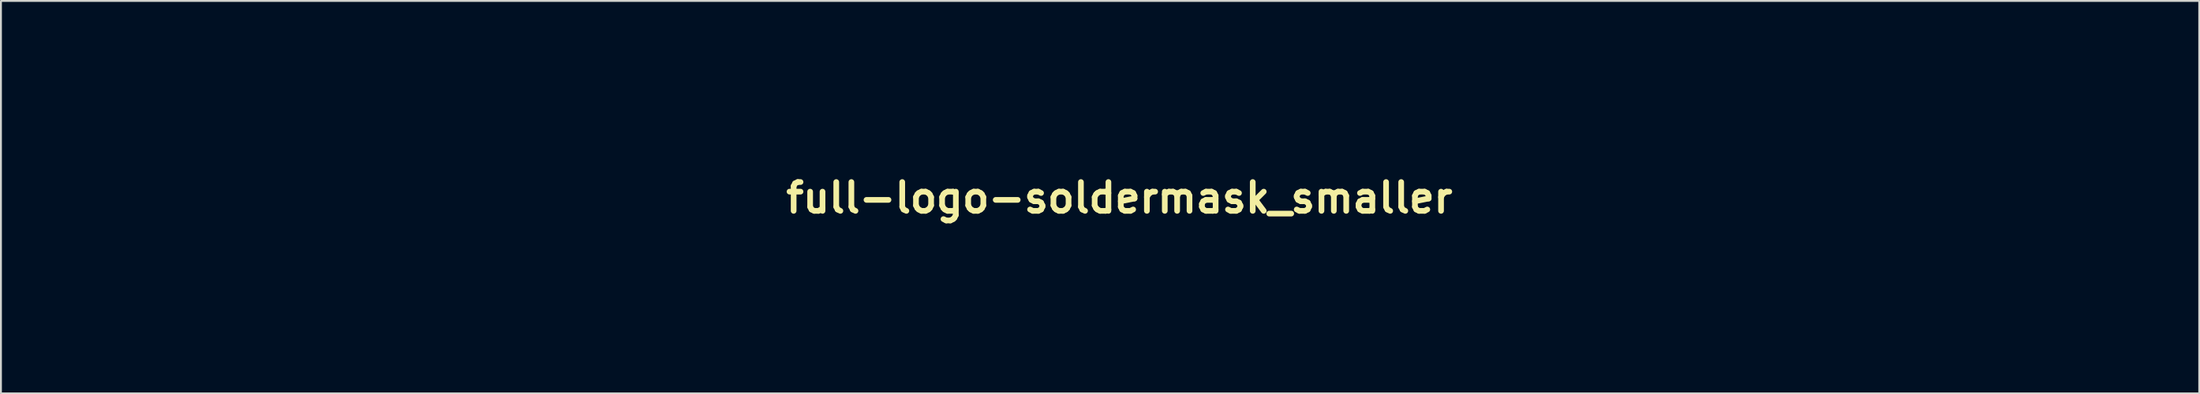
<source format=kicad_pcb>
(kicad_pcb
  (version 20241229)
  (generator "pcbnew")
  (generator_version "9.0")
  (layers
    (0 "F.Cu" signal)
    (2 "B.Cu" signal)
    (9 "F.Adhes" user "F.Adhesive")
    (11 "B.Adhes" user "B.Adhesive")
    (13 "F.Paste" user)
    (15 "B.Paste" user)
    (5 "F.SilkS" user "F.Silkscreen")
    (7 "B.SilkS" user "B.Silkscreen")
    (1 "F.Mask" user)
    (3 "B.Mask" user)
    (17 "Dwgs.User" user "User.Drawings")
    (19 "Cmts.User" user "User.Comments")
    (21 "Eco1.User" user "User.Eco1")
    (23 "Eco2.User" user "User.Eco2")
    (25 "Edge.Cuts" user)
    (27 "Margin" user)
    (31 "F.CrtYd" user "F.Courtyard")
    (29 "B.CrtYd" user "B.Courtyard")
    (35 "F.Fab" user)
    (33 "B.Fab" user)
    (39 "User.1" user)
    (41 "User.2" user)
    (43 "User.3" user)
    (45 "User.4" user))
  (footprint "full-logo-soldermask_smaller"
    (layer "F.Cu")
    (at 56.052 7.409)
    (property "Reference" "full-logo-soldermask_smaller" (at 0 0 0) (layer "F.SilkS") (effects (font (size 1.524 1.524) (thickness 0.3))))
    (attr through_hole)
    (fp_poly (pts (xy 23.463 6.223) (xy 22.035 6.223) (xy 22.035 0.254) (xy 23.463 0.254) (xy 23.463 6.223)) (stroke (width 0.01) (type solid)) (fill yes) (layer "F.Mask"))
    (fp_poly (pts (xy 23.463 -0.381) (xy 22.033 -0.381) (xy 22.042 -1.056) (xy 22.05 -1.73) (xy 22.757 -1.739) (xy 23.463 -1.747) (xy 23.463 -0.381)) (stroke (width 0.01) (type solid)) (fill yes) (layer "F.Mask"))
    (fp_poly (pts (xy 26.035 6.223) (xy 24.606 6.223) (xy 24.614 2.246) (xy 24.622 -1.73) (xy 25.329 -1.739) (xy 26.035 -1.747) (xy 26.035 6.223)) (stroke (width 0.01) (type solid)) (fill yes) (layer "F.Mask"))
    (fp_poly (pts (xy -19.296 3.104) (xy -19.288 3.182) (xy -19.286 3.227) (xy -19.287 3.23) (xy -19.319 3.24) (xy -19.393 3.257) (xy -19.449 3.269) (xy -19.568 3.293) (xy -19.712 3.323) (xy -19.812 3.345) (xy -20.106 3.409) (xy -20.346 3.462) (xy -20.539 3.505) (xy -20.692 3.539) (xy -20.814 3.566) (xy -20.911 3.589) (xy -20.977 3.604) (xy -21.113 3.635) (xy -21.199 3.648) (xy -21.249 3.642) (xy -21.275 3.619) (xy -21.284 3.596) (xy -21.306 3.504) (xy -21.329 3.381) (xy -21.35 3.249) (xy -21.364 3.136) (xy -21.368 3.074) (xy -21.368 2.985) (xy -19.311 2.985) (xy -19.296 3.104)) (stroke (width 0.01) (type solid)) (fill yes) (layer "F.Mask"))
    (fp_poly (pts (xy -50.628 -7.109) (xy -50.617 -7.077) (xy -50.591 -6.989) (xy -50.551 -6.854) (xy -50.501 -6.676) (xy -50.44 -6.463) (xy -50.372 -6.22) (xy -50.297 -5.954) (xy -50.253 -5.795) (xy -49.89 -4.495) (xy -50.147 -4.411) (xy -50.29 -4.361) (xy -50.431 -4.309) (xy -50.544 -4.264) (xy -50.557 -4.259) (xy -50.644 -4.221) (xy -50.705 -4.196) (xy -50.72 -4.191) (xy -50.737 -4.218) (xy -50.78 -4.296) (xy -50.846 -4.418) (xy -50.932 -4.58) (xy -51.036 -4.774) (xy -51.153 -4.996) (xy -51.282 -5.24) (xy -51.364 -5.396) (xy -51.997 -6.601) (xy -51.819 -6.685) (xy -51.664 -6.756) (xy -51.491 -6.828) (xy -51.31 -6.9) (xy -51.131 -6.966) (xy -50.965 -7.025) (xy -50.822 -7.071) (xy -50.711 -7.101) (xy -50.643 -7.112) (xy -50.628 -7.109)) (stroke (width 0.01) (type solid)) (fill yes) (layer "F.Mask"))
    (fp_poly (pts (xy -19.246 3.483) (xy -19.208 3.508) (xy -19.177 3.557) (xy -19.143 3.628) (xy -19.142 3.63) (xy -19.059 3.802) (xy -19.84 4.34) (xy -20.038 4.477) (xy -20.22 4.602) (xy -20.38 4.711) (xy -20.509 4.799) (xy -20.602 4.863) (xy -20.652 4.896) (xy -20.657 4.899) (xy -20.692 4.885) (xy -20.75 4.823) (xy -20.823 4.722) (xy -20.833 4.706) (xy -20.998 4.432) (xy -21.121 4.175) (xy -21.141 4.124) (xy -21.153 4.086) (xy -21.148 4.058) (xy -21.116 4.033) (xy -21.047 4.006) (xy -20.93 3.97) (xy -20.881 3.956) (xy -20.744 3.915) (xy -20.623 3.878) (xy -20.535 3.85) (xy -20.511 3.842) (xy -20.442 3.82) (xy -20.334 3.787) (xy -20.209 3.749) (xy -20.193 3.745) (xy -20.044 3.7) (xy -19.869 3.646) (xy -19.702 3.594) (xy -19.681 3.587) (xy -19.508 3.532) (xy -19.385 3.495) (xy -19.301 3.479) (xy -19.246 3.483)) (stroke (width 0.01) (type solid)) (fill yes) (layer "F.Mask"))
    (fp_poly (pts (xy -18.795 4.061) (xy -18.693 4.126) (xy -18.59 4.179) (xy -18.554 4.192) (xy -18.483 4.221) (xy -18.457 4.259) (xy -18.461 4.33) (xy -18.463 4.345) (xy -18.482 4.456) (xy -18.509 4.612) (xy -18.542 4.795) (xy -18.577 4.986) (xy -18.612 5.169) (xy -18.622 5.223) (xy -18.647 5.356) (xy -18.678 5.523) (xy -18.709 5.697) (xy -18.722 5.771) (xy -18.752 5.925) (xy -18.777 6.026) (xy -18.801 6.079) (xy -18.827 6.094) (xy -18.878 6.084) (xy -18.971 6.057) (xy -19.09 6.018) (xy -19.129 6.005) (xy -19.545 5.832) (xy -19.931 5.612) (xy -20.256 5.368) (xy -20.368 5.274) (xy -20.288 5.198) (xy -20.204 5.119) (xy -20.089 5.012) (xy -19.953 4.886) (xy -19.802 4.748) (xy -19.644 4.603) (xy -19.488 4.461) (xy -19.342 4.328) (xy -19.212 4.211) (xy -19.108 4.118) (xy -19.038 4.055) (xy -19.012 4.034) (xy -18.926 3.966) (xy -18.795 4.061)) (stroke (width 0.01) (type solid)) (fill yes) (layer "F.Mask"))
    (fp_poly (pts (xy -36.187 2.051) (xy -35.928 2.308) (xy -35.678 2.556) (xy -35.44 2.789) (xy -35.22 3.004) (xy -35.021 3.197) (xy -34.848 3.362) (xy -34.706 3.497) (xy -34.598 3.596) (xy -34.53 3.656) (xy -34.519 3.665) (xy -34.066 3.969) (xy -33.59 4.213) (xy -33.092 4.399) (xy -32.575 4.524) (xy -32.039 4.589) (xy -31.933 4.594) (xy -31.464 4.613) (xy -31.464 7.334) (xy -31.885 7.33) (xy -32.071 7.326) (xy -32.263 7.318) (xy -32.435 7.308) (xy -32.56 7.297) (xy -33.199 7.194) (xy -33.835 7.03) (xy -34.46 6.808) (xy -35.066 6.531) (xy -35.647 6.202) (xy -35.904 6.034) (xy -36.026 5.948) (xy -36.151 5.855) (xy -36.28 5.752) (xy -36.42 5.635) (xy -36.574 5.5) (xy -36.745 5.344) (xy -36.937 5.162) (xy -37.156 4.953) (xy -37.404 4.71) (xy -37.685 4.432) (xy -38.005 4.114) (xy -38.235 3.884) (xy -39.592 2.524) (xy -38.624 1.556) (xy -37.656 0.588) (xy -36.187 2.051)) (stroke (width 0.01) (type solid)) (fill yes) (layer "F.Mask"))
    (fp_poly (pts (xy -54.691 -4.238) (xy -54.622 -4.197) (xy -54.525 -4.133) (xy -54.461 -4.089) (xy -54.373 -4.028) (xy -54.241 -3.938) (xy -54.074 -3.824) (xy -53.88 -3.692) (xy -53.667 -3.548) (xy -53.445 -3.398) (xy -53.333 -3.322) (xy -52.452 -2.728) (xy -52.616 -2.467) (xy -52.758 -2.219) (xy -52.897 -1.937) (xy -53.02 -1.649) (xy -53.115 -1.381) (xy -53.118 -1.372) (xy -53.156 -1.263) (xy -53.192 -1.183) (xy -53.22 -1.147) (xy -53.224 -1.147) (xy -53.262 -1.154) (xy -53.355 -1.174) (xy -53.497 -1.204) (xy -53.681 -1.244) (xy -53.9 -1.292) (xy -54.148 -1.346) (xy -54.417 -1.406) (xy -54.546 -1.434) (xy -54.822 -1.495) (xy -55.078 -1.553) (xy -55.308 -1.604) (xy -55.505 -1.649) (xy -55.663 -1.686) (xy -55.775 -1.712) (xy -55.835 -1.728) (xy -55.843 -1.73) (xy -55.841 -1.766) (xy -55.822 -1.851) (xy -55.789 -1.973) (xy -55.745 -2.12) (xy -55.695 -2.281) (xy -55.64 -2.445) (xy -55.586 -2.601) (xy -55.575 -2.629) (xy -55.468 -2.893) (xy -55.335 -3.183) (xy -55.188 -3.477) (xy -55.037 -3.752) (xy -54.907 -3.965) (xy -54.832 -4.08) (xy -54.771 -4.173) (xy -54.731 -4.234) (xy -54.719 -4.25) (xy -54.691 -4.238)) (stroke (width 0.01) (type solid)) (fill yes) (layer "F.Mask"))
    (fp_poly (pts (xy -52.567 -6.229) (xy -52.515 -6.157) (xy -52.437 -6.045) (xy -52.338 -5.899) (xy -52.222 -5.727) (xy -52.094 -5.536) (xy -51.958 -5.331) (xy -51.818 -5.119) (xy -51.68 -4.908) (xy -51.546 -4.704) (xy -51.422 -4.514) (xy -51.312 -4.344) (xy -51.221 -4.2) (xy -51.153 -4.091) (xy -51.112 -4.022) (xy -51.102 -4.001) (xy -51.126 -3.972) (xy -51.191 -3.919) (xy -51.283 -3.853) (xy -51.3 -3.842) (xy -51.408 -3.764) (xy -51.543 -3.659) (xy -51.686 -3.542) (xy -51.783 -3.458) (xy -51.894 -3.361) (xy -51.987 -3.281) (xy -52.051 -3.228) (xy -52.077 -3.208) (xy -52.077 -3.208) (xy -52.102 -3.229) (xy -52.169 -3.288) (xy -52.273 -3.381) (xy -52.409 -3.502) (xy -52.573 -3.648) (xy -52.759 -3.815) (xy -52.962 -3.997) (xy -53.054 -4.08) (xy -53.265 -4.269) (xy -53.461 -4.447) (xy -53.638 -4.608) (xy -53.79 -4.747) (xy -53.912 -4.861) (xy -54 -4.943) (xy -54.047 -4.99) (xy -54.054 -4.998) (xy -54.061 -5.029) (xy -54.045 -5.071) (xy -54.002 -5.13) (xy -53.926 -5.209) (xy -53.814 -5.315) (xy -53.66 -5.453) (xy -53.522 -5.572) (xy -53.388 -5.685) (xy -53.24 -5.803) (xy -53.088 -5.92) (xy -52.94 -6.029) (xy -52.807 -6.124) (xy -52.697 -6.198) (xy -52.62 -6.243) (xy -52.588 -6.255) (xy -52.567 -6.229)) (stroke (width 0.01) (type solid)) (fill yes) (layer "F.Mask"))
    (fp_poly (pts (xy -48.522 -7.386) (xy -48.385 -7.375) (xy -48.217 -7.362) (xy -48.05 -7.35) (xy -48.022 -7.348) (xy -47.532 -7.292) (xy -47.019 -7.191) (xy -46.499 -7.049) (xy -45.987 -6.872) (xy -45.5 -6.665) (xy -45.212 -6.52) (xy -45.038 -6.424) (xy -44.876 -6.332) (xy -44.723 -6.238) (xy -44.574 -6.14) (xy -44.425 -6.034) (xy -44.271 -5.916) (xy -44.108 -5.782) (xy -43.931 -5.629) (xy -43.736 -5.452) (xy -43.52 -5.249) (xy -43.276 -5.016) (xy -43.001 -4.748) (xy -42.691 -4.442) (xy -42.342 -4.095) (xy -42.331 -4.084) (xy -40.8 -2.56) (xy -41.77 -1.598) (xy -41.975 -1.395) (xy -42.165 -1.207) (xy -42.335 -1.038) (xy -42.483 -0.892) (xy -42.602 -0.775) (xy -42.688 -0.691) (xy -42.736 -0.644) (xy -42.746 -0.635) (xy -42.769 -0.657) (xy -42.833 -0.72) (xy -42.934 -0.821) (xy -43.07 -0.955) (xy -43.236 -1.12) (xy -43.428 -1.311) (xy -43.643 -1.524) (xy -43.878 -1.757) (xy -44.127 -2.006) (xy -44.26 -2.137) (xy -44.582 -2.458) (xy -44.863 -2.737) (xy -45.109 -2.978) (xy -45.322 -3.184) (xy -45.507 -3.36) (xy -45.669 -3.509) (xy -45.811 -3.635) (xy -45.937 -3.74) (xy -46.052 -3.829) (xy -46.16 -3.906) (xy -46.265 -3.973) (xy -46.371 -4.035) (xy -46.483 -4.095) (xy -46.596 -4.153) (xy -46.937 -4.305) (xy -47.302 -4.433) (xy -47.676 -4.533) (xy -48.04 -4.602) (xy -48.379 -4.634) (xy -48.472 -4.636) (xy -48.736 -4.636) (xy -48.736 -7.404) (xy -48.522 -7.386)) (stroke (width 0.01) (type solid)) (fill yes) (layer "F.Mask"))
    (fp_poly (pts (xy 27.456 -4.794) (xy 27.609 -4.789) (xy 27.768 -4.777) (xy 27.892 -4.762) (xy 28.021 -4.741) (xy 28.147 -4.723) (xy 28.21 -4.715) (xy 28.296 -4.701) (xy 28.426 -4.673) (xy 28.582 -4.636) (xy 28.749 -4.593) (xy 28.907 -4.55) (xy 29.035 -4.513) (xy 29.174 -4.464) (xy 29.35 -4.393) (xy 29.547 -4.307) (xy 29.639 -4.265) (xy 29.722 -4.224) (xy 29.834 -4.165) (xy 29.961 -4.097) (xy 30.086 -4.028) (xy 30.196 -3.966) (xy 30.275 -3.919) (xy 30.305 -3.899) (xy 30.343 -3.871) (xy 30.42 -3.814) (xy 30.523 -3.738) (xy 30.607 -3.676) (xy 30.697 -3.604) (xy 30.828 -3.489) (xy 30.995 -3.336) (xy 31.196 -3.147) (xy 31.427 -2.926) (xy 31.683 -2.676) (xy 31.963 -2.401) (xy 32.033 -2.331) (xy 33.189 -1.183) (xy 32.45 -0.449) (xy 32.273 -0.273) (xy 32.11 -0.112) (xy 31.968 0.028) (xy 31.852 0.143) (xy 31.766 0.226) (xy 31.717 0.274) (xy 31.707 0.283) (xy 31.684 0.26) (xy 31.622 0.197) (xy 31.523 0.097) (xy 31.393 -0.034) (xy 31.237 -0.193) (xy 31.057 -0.374) (xy 30.86 -0.574) (xy 30.671 -0.766) (xy 30.384 -1.055) (xy 30.137 -1.302) (xy 29.923 -1.511) (xy 29.739 -1.688) (xy 29.578 -1.835) (xy 29.437 -1.957) (xy 29.31 -2.059) (xy 29.192 -2.146) (xy 29.079 -2.22) (xy 28.965 -2.287) (xy 28.888 -2.328) (xy 28.551 -2.487) (xy 28.223 -2.601) (xy 27.882 -2.676) (xy 27.505 -2.718) (xy 27.488 -2.72) (xy 27.21 -2.738) (xy 27.21 -4.794) (xy 27.456 -4.794)) (stroke (width 0.01) (type solid)) (fill yes) (layer "F.Mask"))
    (fp_poly (pts (xy 41.267 -4.794) (xy 41.42 -4.789) (xy 41.58 -4.777) (xy 41.704 -4.762) (xy 41.833 -4.741) (xy 41.958 -4.723) (xy 42.021 -4.715) (xy 42.107 -4.701) (xy 42.237 -4.673) (xy 42.394 -4.636) (xy 42.56 -4.593) (xy 42.719 -4.55) (xy 42.847 -4.513) (xy 42.985 -4.464) (xy 43.162 -4.393) (xy 43.358 -4.307) (xy 43.45 -4.265) (xy 43.533 -4.224) (xy 43.646 -4.165) (xy 43.772 -4.097) (xy 43.897 -4.028) (xy 44.007 -3.966) (xy 44.086 -3.919) (xy 44.117 -3.899) (xy 44.154 -3.871) (xy 44.231 -3.814) (xy 44.334 -3.738) (xy 44.418 -3.676) (xy 44.508 -3.604) (xy 44.639 -3.489) (xy 44.806 -3.336) (xy 45.007 -3.147) (xy 45.238 -2.926) (xy 45.495 -2.676) (xy 45.774 -2.401) (xy 45.844 -2.331) (xy 47 -1.183) (xy 46.261 -0.449) (xy 46.084 -0.273) (xy 45.921 -0.112) (xy 45.779 0.028) (xy 45.663 0.143) (xy 45.577 0.226) (xy 45.528 0.274) (xy 45.518 0.283) (xy 45.496 0.26) (xy 45.433 0.197) (xy 45.334 0.097) (xy 45.205 -0.034) (xy 45.048 -0.193) (xy 44.869 -0.374) (xy 44.671 -0.574) (xy 44.482 -0.766) (xy 44.196 -1.055) (xy 43.948 -1.302) (xy 43.735 -1.511) (xy 43.55 -1.688) (xy 43.39 -1.835) (xy 43.248 -1.957) (xy 43.121 -2.059) (xy 43.003 -2.146) (xy 42.89 -2.22) (xy 42.776 -2.287) (xy 42.699 -2.328) (xy 42.363 -2.487) (xy 42.035 -2.601) (xy 41.693 -2.676) (xy 41.316 -2.718) (xy 41.299 -2.72) (xy 41.021 -2.738) (xy 41.021 -4.794) (xy 41.267 -4.794)) (stroke (width 0.01) (type solid)) (fill yes) (layer "F.Mask"))
    (fp_poly (pts (xy 35.566 1.228) (xy 35.633 1.291) (xy 35.737 1.39) (xy 35.871 1.521) (xy 36.034 1.679) (xy 36.218 1.862) (xy 36.422 2.063) (xy 36.639 2.279) (xy 36.669 2.31) (xy 36.953 2.592) (xy 37.196 2.832) (xy 37.403 3.033) (xy 37.578 3.2) (xy 37.724 3.334) (xy 37.845 3.441) (xy 37.946 3.523) (xy 38.029 3.585) (xy 38.041 3.593) (xy 38.414 3.817) (xy 38.785 3.984) (xy 39.169 4.099) (xy 39.577 4.165) (xy 39.775 4.18) (xy 40.164 4.201) (xy 40.164 6.255) (xy 39.854 6.25) (xy 39.687 6.245) (xy 39.513 6.237) (xy 39.362 6.227) (xy 39.322 6.223) (xy 39.175 6.204) (xy 39.004 6.177) (xy 38.829 6.144) (xy 38.67 6.109) (xy 38.547 6.078) (xy 38.513 6.067) (xy 38.444 6.044) (xy 38.337 6.01) (xy 38.212 5.971) (xy 38.195 5.966) (xy 38.095 5.93) (xy 37.96 5.874) (xy 37.802 5.805) (xy 37.633 5.727) (xy 37.465 5.647) (xy 37.31 5.57) (xy 37.18 5.502) (xy 37.086 5.448) (xy 37.044 5.418) (xy 36.994 5.378) (xy 36.913 5.325) (xy 36.878 5.303) (xy 36.799 5.253) (xy 36.745 5.216) (xy 36.735 5.207) (xy 36.704 5.18) (xy 36.635 5.126) (xy 36.542 5.054) (xy 36.513 5.032) (xy 36.449 4.978) (xy 36.346 4.884) (xy 36.208 4.755) (xy 36.043 4.597) (xy 35.853 4.414) (xy 35.646 4.212) (xy 35.426 3.995) (xy 35.199 3.77) (xy 35.19 3.76) (xy 34.073 2.645) (xy 34.793 1.926) (xy 34.969 1.751) (xy 35.131 1.591) (xy 35.273 1.452) (xy 35.391 1.34) (xy 35.478 1.258) (xy 35.528 1.214) (xy 35.539 1.206) (xy 35.566 1.228)) (stroke (width 0.01) (type solid)) (fill yes) (layer "F.Mask"))
    (fp_poly (pts (xy 1.405 0.639) (xy 1.413 3.025) (xy 1.719 2.568) (xy 1.819 2.421) (xy 1.946 2.232) (xy 2.093 2.015) (xy 2.252 1.781) (xy 2.414 1.542) (xy 2.572 1.309) (xy 2.588 1.286) (xy 2.73 1.078) (xy 2.862 0.882) (xy 2.981 0.707) (xy 3.08 0.559) (xy 3.156 0.445) (xy 3.203 0.373) (xy 3.213 0.357) (xy 3.277 0.254) (xy 4.133 0.254) (xy 4.409 0.255) (xy 4.634 0.258) (xy 4.805 0.264) (xy 4.92 0.271) (xy 4.975 0.28) (xy 4.979 0.285) (xy 4.958 0.318) (xy 4.905 0.395) (xy 4.825 0.509) (xy 4.722 0.651) (xy 4.603 0.816) (xy 4.51 0.944) (xy 4.217 1.344) (xy 3.951 1.708) (xy 3.713 2.034) (xy 3.505 2.319) (xy 3.328 2.561) (xy 3.183 2.76) (xy 3.072 2.913) (xy 2.996 3.018) (xy 2.957 3.072) (xy 2.885 3.175) (xy 3.34 3.735) (xy 3.508 3.942) (xy 3.697 4.174) (xy 3.891 4.414) (xy 4.076 4.641) (xy 4.224 4.822) (xy 4.465 5.119) (xy 4.67 5.371) (xy 4.84 5.58) (xy 4.979 5.752) (xy 5.09 5.89) (xy 5.176 5.997) (xy 5.24 6.077) (xy 5.285 6.134) (xy 5.313 6.172) (xy 5.329 6.194) (xy 5.334 6.205) (xy 5.334 6.205) (xy 5.304 6.21) (xy 5.217 6.214) (xy 5.083 6.217) (xy 4.908 6.22) (xy 4.701 6.222) (xy 4.469 6.222) (xy 4.374 6.222) (xy 3.413 6.222) (xy 3.029 5.691) (xy 2.89 5.499) (xy 2.731 5.279) (xy 2.557 5.04) (xy 2.377 4.792) (xy 2.196 4.544) (xy 2.021 4.304) (xy 1.859 4.083) (xy 1.717 3.889) (xy 1.602 3.731) (xy 1.546 3.656) (xy 1.397 3.454) (xy 1.397 6.223) (xy -0.032 6.223) (xy -0.032 -1.746) (xy 1.397 -1.746) (xy 1.405 0.639)) (stroke (width 0.01) (type solid)) (fill yes) (layer "F.Mask"))
    (fp_poly (pts (xy -10.323 0.147) (xy -10.171 0.15) (xy -10.055 0.157) (xy -9.962 0.169) (xy -9.877 0.187) (xy -9.787 0.214) (xy -9.731 0.233) (xy -9.518 0.312) (xy -9.347 0.391) (xy -9.197 0.482) (xy -9.048 0.596) (xy -9.04 0.603) (xy -8.841 0.788) (xy -8.681 0.983) (xy -8.551 1.201) (xy -8.444 1.455) (xy -8.352 1.758) (xy -8.343 1.794) (xy -8.33 1.848) (xy -8.319 1.903) (xy -8.309 1.965) (xy -8.301 2.038) (xy -8.294 2.129) (xy -8.288 2.241) (xy -8.284 2.38) (xy -8.28 2.552) (xy -8.276 2.761) (xy -8.273 3.012) (xy -8.27 3.31) (xy -8.267 3.662) (xy -8.264 4.07) (xy -8.264 4.135) (xy -8.25 6.223) (xy -9.684 6.223) (xy -9.684 4.755) (xy -9.685 4.269) (xy -9.689 3.843) (xy -9.695 3.47) (xy -9.705 3.148) (xy -9.718 2.871) (xy -9.737 2.635) (xy -9.761 2.436) (xy -9.79 2.267) (xy -9.826 2.127) (xy -9.869 2.009) (xy -9.919 1.909) (xy -9.977 1.822) (xy -10.044 1.745) (xy -10.068 1.721) (xy -10.248 1.588) (xy -10.46 1.5) (xy -10.695 1.455) (xy -10.94 1.455) (xy -11.184 1.498) (xy -11.416 1.584) (xy -11.623 1.713) (xy -11.675 1.758) (xy -11.828 1.937) (xy -11.947 2.165) (xy -12.031 2.436) (xy -12.048 2.523) (xy -12.059 2.597) (xy -12.069 2.686) (xy -12.076 2.794) (xy -12.083 2.928) (xy -12.088 3.092) (xy -12.091 3.293) (xy -12.094 3.536) (xy -12.096 3.826) (xy -12.097 4.169) (xy -12.097 4.513) (xy -12.097 6.223) (xy -12.806 6.223) (xy -13.012 6.222) (xy -13.196 6.22) (xy -13.35 6.216) (xy -13.463 6.211) (xy -13.526 6.205) (xy -13.536 6.202) (xy -13.539 6.168) (xy -13.542 6.075) (xy -13.545 5.927) (xy -13.547 5.729) (xy -13.55 5.485) (xy -13.552 5.2) (xy -13.554 4.878) (xy -13.555 4.524) (xy -13.556 4.142) (xy -13.557 3.736) (xy -13.557 3.311) (xy -13.557 3.217) (xy -13.557 0.253) (xy -12.883 0.261) (xy -12.208 0.27) (xy -12.199 0.53) (xy -12.189 0.79) (xy -11.983 0.626) (xy -11.71 0.431) (xy -11.441 0.286) (xy -11.255 0.213) (xy -11.174 0.188) (xy -11.091 0.17) (xy -10.992 0.158) (xy -10.866 0.151) (xy -10.7 0.147) (xy -10.525 0.147) (xy -10.323 0.147)) (stroke (width 0.01) (type solid)) (fill yes) (layer "F.Mask"))
    (fp_poly (pts (xy -4.14 0.144) (xy -3.981 0.147) (xy -3.858 0.154) (xy -3.758 0.166) (xy -3.669 0.185) (xy -3.576 0.211) (xy -3.556 0.217) (xy -3.253 0.334) (xy -2.985 0.489) (xy -2.732 0.693) (xy -2.659 0.763) (xy -2.413 1.008) (xy -2.413 0.254) (xy -1.079 0.254) (xy -1.079 6.223) (xy -2.413 6.223) (xy -2.414 5.834) (xy -2.416 5.666) (xy -2.421 5.557) (xy -2.43 5.501) (xy -2.443 5.495) (xy -2.448 5.501) (xy -2.501 5.567) (xy -2.596 5.656) (xy -2.718 5.759) (xy -2.854 5.865) (xy -2.992 5.964) (xy -3.119 6.046) (xy -3.178 6.079) (xy -3.38 6.176) (xy -3.572 6.246) (xy -3.772 6.293) (xy -3.998 6.321) (xy -4.255 6.334) (xy -4.431 6.337) (xy -4.603 6.335) (xy -4.749 6.33) (xy -4.852 6.322) (xy -4.858 6.321) (xy -5.062 6.28) (xy -5.293 6.214) (xy -5.53 6.131) (xy -5.747 6.039) (xy -5.905 5.957) (xy -6.259 5.712) (xy -6.567 5.424) (xy -6.828 5.097) (xy -7.039 4.734) (xy -7.2 4.339) (xy -7.307 3.913) (xy -7.36 3.462) (xy -7.365 3.288) (xy -5.905 3.288) (xy -5.879 3.639) (xy -5.799 3.956) (xy -5.668 4.237) (xy -5.488 4.481) (xy -5.259 4.684) (xy -4.985 4.846) (xy -4.688 4.956) (xy -4.507 4.992) (xy -4.288 5.01) (xy -4.057 5.011) (xy -3.837 4.994) (xy -3.686 4.968) (xy -3.395 4.868) (xy -3.136 4.717) (xy -2.915 4.519) (xy -2.737 4.28) (xy -2.682 4.178) (xy -2.549 3.848) (xy -2.475 3.524) (xy -2.459 3.196) (xy -2.486 2.934) (xy -2.57 2.596) (xy -2.701 2.296) (xy -2.878 2.036) (xy -3.095 1.82) (xy -3.35 1.652) (xy -3.638 1.533) (xy -3.956 1.468) (xy -4.189 1.457) (xy -4.52 1.482) (xy -4.813 1.555) (xy -5.075 1.679) (xy -5.313 1.856) (xy -5.382 1.921) (xy -5.592 2.171) (xy -5.748 2.453) (xy -5.85 2.77) (xy -5.9 3.12) (xy -5.905 3.288) (xy -7.365 3.288) (xy -7.366 3.254) (xy -7.338 2.802) (xy -7.257 2.368) (xy -7.123 1.958) (xy -6.941 1.578) (xy -6.711 1.235) (xy -6.437 0.932) (xy -6.427 0.923) (xy -6.234 0.753) (xy -6.051 0.618) (xy -5.853 0.502) (xy -5.673 0.413) (xy -5.461 0.319) (xy -5.273 0.249) (xy -5.093 0.2) (xy -4.905 0.169) (xy -4.692 0.151) (xy -4.438 0.144) (xy -4.35 0.144) (xy -4.14 0.144)) (stroke (width 0.01) (type solid)) (fill yes) (layer "F.Mask"))
    (fp_poly (pts (xy 17.174 -1.851) (xy 17.44 -1.835) (xy 17.673 -1.807) (xy 17.799 -1.783) (xy 18.308 -1.635) (xy 18.78 -1.436) (xy 19.216 -1.184) (xy 19.614 -0.881) (xy 19.975 -0.528) (xy 20.297 -0.123) (xy 20.401 0.031) (xy 20.633 0.446) (xy 20.815 0.892) (xy 20.945 1.36) (xy 21.022 1.84) (xy 21.043 2.321) (xy 21.005 2.794) (xy 21.005 2.794) (xy 20.964 3.051) (xy 20.919 3.267) (xy 20.864 3.467) (xy 20.793 3.672) (xy 20.729 3.836) (xy 20.511 4.293) (xy 20.243 4.712) (xy 19.93 5.09) (xy 19.573 5.425) (xy 19.176 5.713) (xy 18.743 5.952) (xy 18.276 6.14) (xy 17.796 6.271) (xy 17.641 6.295) (xy 17.441 6.315) (xy 17.213 6.329) (xy 16.976 6.337) (xy 16.746 6.338) (xy 16.542 6.332) (xy 16.383 6.319) (xy 15.89 6.222) (xy 15.415 6.068) (xy 14.963 5.86) (xy 14.539 5.601) (xy 14.149 5.296) (xy 13.798 4.947) (xy 13.491 4.558) (xy 13.259 4.181) (xy 13.063 3.754) (xy 12.915 3.3) (xy 12.819 2.83) (xy 12.777 2.357) (xy 12.785 2.136) (xy 14.287 2.136) (xy 14.29 2.43) (xy 14.316 2.708) (xy 14.354 2.9) (xy 14.486 3.296) (xy 14.67 3.658) (xy 14.902 3.982) (xy 15.179 4.264) (xy 15.497 4.501) (xy 15.853 4.69) (xy 16.242 4.827) (xy 16.383 4.862) (xy 16.643 4.9) (xy 16.936 4.911) (xy 17.236 4.896) (xy 17.52 4.856) (xy 17.637 4.829) (xy 18.007 4.701) (xy 18.35 4.519) (xy 18.659 4.288) (xy 18.928 4.014) (xy 19.151 3.702) (xy 19.239 3.54) (xy 19.396 3.16) (xy 19.496 2.774) (xy 19.54 2.386) (xy 19.532 2.002) (xy 19.472 1.627) (xy 19.364 1.266) (xy 19.21 0.926) (xy 19.011 0.612) (xy 18.77 0.329) (xy 18.489 0.082) (xy 18.17 -0.123) (xy 17.816 -0.281) (xy 17.706 -0.318) (xy 17.34 -0.401) (xy 16.967 -0.431) (xy 16.649 -0.414) (xy 16.249 -0.342) (xy 15.893 -0.229) (xy 15.571 -0.073) (xy 15.277 0.131) (xy 15.123 0.264) (xy 14.844 0.567) (xy 14.619 0.901) (xy 14.45 1.269) (xy 14.352 1.591) (xy 14.308 1.848) (xy 14.287 2.136) (xy 12.785 2.136) (xy 12.793 1.893) (xy 12.794 1.883) (xy 12.876 1.362) (xy 13.014 0.868) (xy 13.206 0.405) (xy 13.451 -0.024) (xy 13.746 -0.418) (xy 14.09 -0.774) (xy 14.482 -1.089) (xy 14.919 -1.36) (xy 15.048 -1.428) (xy 15.288 -1.535) (xy 15.569 -1.637) (xy 15.866 -1.727) (xy 16.158 -1.797) (xy 16.161 -1.798) (xy 16.37 -1.829) (xy 16.621 -1.848) (xy 16.895 -1.855) (xy 17.174 -1.851)) (stroke (width 0.01) (type solid)) (fill yes) (layer "F.Mask"))
    (fp_poly (pts (xy 9.397 0.14) (xy 9.556 0.157) (xy 9.973 0.249) (xy 10.367 0.398) (xy 10.732 0.6) (xy 11.065 0.852) (xy 11.36 1.151) (xy 11.614 1.491) (xy 11.822 1.871) (xy 11.893 2.038) (xy 11.988 2.313) (xy 12.054 2.584) (xy 12.093 2.87) (xy 12.11 3.191) (xy 12.111 3.286) (xy 12.11 3.457) (xy 12.106 3.609) (xy 12.101 3.729) (xy 12.093 3.803) (xy 12.09 3.818) (xy 12.083 3.829) (xy 12.067 3.838) (xy 12.039 3.846) (xy 11.995 3.852) (xy 11.929 3.858) (xy 11.838 3.862) (xy 11.717 3.866) (xy 11.563 3.868) (xy 11.369 3.87) (xy 11.133 3.872) (xy 10.85 3.873) (xy 10.515 3.873) (xy 10.125 3.873) (xy 9.777 3.873) (xy 7.486 3.873) (xy 7.508 3.961) (xy 7.574 4.14) (xy 7.68 4.328) (xy 7.814 4.502) (xy 7.857 4.548) (xy 8.081 4.735) (xy 8.334 4.874) (xy 8.622 4.965) (xy 8.948 5.01) (xy 9.133 5.016) (xy 9.444 4.997) (xy 9.715 4.936) (xy 9.955 4.829) (xy 10.176 4.671) (xy 10.278 4.578) (xy 10.412 4.445) (xy 11.974 4.445) (xy 11.952 4.516) (xy 11.863 4.731) (xy 11.725 4.964) (xy 11.545 5.206) (xy 11.332 5.446) (xy 11.233 5.543) (xy 10.961 5.78) (xy 10.683 5.967) (xy 10.381 6.116) (xy 10.04 6.235) (xy 9.954 6.26) (xy 9.818 6.287) (xy 9.636 6.309) (xy 9.425 6.326) (xy 9.202 6.336) (xy 8.986 6.339) (xy 8.793 6.335) (xy 8.64 6.321) (xy 8.636 6.321) (xy 8.202 6.227) (xy 7.792 6.079) (xy 7.41 5.881) (xy 7.061 5.637) (xy 6.75 5.35) (xy 6.482 5.025) (xy 6.262 4.665) (xy 6.094 4.275) (xy 6.067 4.196) (xy 5.965 3.768) (xy 5.923 3.335) (xy 5.941 2.903) (xy 5.994 2.603) (xy 7.43 2.603) (xy 10.704 2.603) (xy 10.684 2.532) (xy 10.631 2.39) (xy 10.553 2.23) (xy 10.461 2.075) (xy 10.367 1.945) (xy 10.309 1.883) (xy 10.098 1.715) (xy 9.874 1.592) (xy 9.624 1.511) (xy 9.339 1.467) (xy 9.079 1.456) (xy 8.903 1.458) (xy 8.768 1.466) (xy 8.654 1.483) (xy 8.539 1.513) (xy 8.46 1.538) (xy 8.17 1.662) (xy 7.926 1.826) (xy 7.725 2.035) (xy 7.563 2.293) (xy 7.484 2.469) (xy 7.43 2.603) (xy 5.994 2.603) (xy 6.016 2.479) (xy 6.149 2.068) (xy 6.336 1.678) (xy 6.578 1.315) (xy 6.726 1.137) (xy 6.974 0.899) (xy 7.268 0.677) (xy 7.593 0.482) (xy 7.933 0.323) (xy 8.223 0.223) (xy 8.412 0.183) (xy 8.644 0.153) (xy 8.899 0.136) (xy 9.156 0.131) (xy 9.397 0.14)) (stroke (width 0.01) (type solid)) (fill yes) (layer "F.Mask"))
    (fp_poly (pts (xy 40.156 -3.768) (xy 40.165 -2.731) (xy 39.927 -2.731) (xy 39.535 -2.703) (xy 39.133 -2.622) (xy 38.737 -2.495) (xy 38.361 -2.325) (xy 38.019 -2.118) (xy 37.862 -2) (xy 37.829 -1.969) (xy 37.753 -1.896) (xy 37.638 -1.783) (xy 37.485 -1.633) (xy 37.298 -1.447) (xy 37.078 -1.23) (xy 36.828 -0.983) (xy 36.552 -0.709) (xy 36.251 -0.41) (xy 35.928 -0.089) (xy 35.585 0.251) (xy 35.225 0.609) (xy 34.851 0.981) (xy 34.465 1.365) (xy 34.385 1.445) (xy 33.912 1.916) (xy 33.482 2.345) (xy 33.092 2.732) (xy 32.741 3.082) (xy 32.426 3.395) (xy 32.145 3.674) (xy 31.896 3.921) (xy 31.677 4.138) (xy 31.485 4.327) (xy 31.318 4.49) (xy 31.174 4.63) (xy 31.052 4.748) (xy 30.948 4.847) (xy 30.861 4.929) (xy 30.788 4.996) (xy 30.728 5.05) (xy 30.677 5.093) (xy 30.634 5.128) (xy 30.597 5.156) (xy 30.564 5.18) (xy 30.532 5.201) (xy 30.453 5.254) (xy 30.398 5.293) (xy 30.385 5.304) (xy 30.334 5.344) (xy 30.239 5.405) (xy 30.111 5.48) (xy 29.961 5.564) (xy 29.803 5.648) (xy 29.647 5.728) (xy 29.507 5.796) (xy 29.395 5.845) (xy 29.369 5.855) (xy 29.012 5.981) (xy 28.694 6.078) (xy 28.399 6.149) (xy 28.112 6.199) (xy 27.817 6.231) (xy 27.646 6.242) (xy 27.21 6.264) (xy 27.21 4.2) (xy 27.55 4.178) (xy 27.978 4.125) (xy 28.381 4.018) (xy 28.773 3.855) (xy 29.035 3.712) (xy 29.173 3.626) (xy 29.311 3.532) (xy 29.425 3.447) (xy 29.448 3.429) (xy 29.488 3.392) (xy 29.571 3.312) (xy 29.693 3.193) (xy 29.853 3.036) (xy 30.047 2.845) (xy 30.273 2.622) (xy 30.529 2.369) (xy 30.812 2.089) (xy 31.118 1.784) (xy 31.447 1.458) (xy 31.794 1.112) (xy 32.158 0.75) (xy 32.537 0.373) (xy 32.926 -0.015) (xy 33.052 -0.141) (xy 33.444 -0.532) (xy 33.826 -0.912) (xy 34.195 -1.278) (xy 34.548 -1.628) (xy 34.882 -1.96) (xy 35.196 -2.27) (xy 35.487 -2.556) (xy 35.751 -2.815) (xy 35.987 -3.046) (xy 36.192 -3.246) (xy 36.363 -3.411) (xy 36.497 -3.54) (xy 36.593 -3.63) (xy 36.647 -3.678) (xy 36.655 -3.684) (xy 36.743 -3.744) (xy 36.807 -3.791) (xy 36.83 -3.811) (xy 36.871 -3.844) (xy 36.957 -3.899) (xy 37.076 -3.969) (xy 37.215 -4.048) (xy 37.363 -4.128) (xy 37.508 -4.204) (xy 37.637 -4.269) (xy 37.739 -4.315) (xy 37.739 -4.316) (xy 37.862 -4.367) (xy 37.969 -4.412) (xy 38.04 -4.443) (xy 38.052 -4.448) (xy 38.276 -4.53) (xy 38.547 -4.608) (xy 38.849 -4.676) (xy 39.166 -4.732) (xy 39.482 -4.774) (xy 39.779 -4.797) (xy 39.868 -4.8) (xy 40.148 -4.806) (xy 40.156 -3.768)) (stroke (width 0.01) (type solid)) (fill yes) (layer "F.Mask"))
    (fp_poly (pts (xy 53.967 -4.797) (xy 53.978 -4.783) (xy 53.988 -4.738) (xy 53.995 -4.658) (xy 54 -4.536) (xy 54.004 -4.369) (xy 54.006 -4.151) (xy 54.007 -3.876) (xy 54.007 -3.762) (xy 54.007 -2.731) (xy 53.753 -2.731) (xy 53.351 -2.702) (xy 52.943 -2.621) (xy 52.542 -2.492) (xy 52.162 -2.32) (xy 51.817 -2.11) (xy 51.673 -2) (xy 51.64 -1.969) (xy 51.564 -1.896) (xy 51.449 -1.783) (xy 51.296 -1.633) (xy 51.109 -1.447) (xy 50.889 -1.23) (xy 50.64 -0.983) (xy 50.363 -0.709) (xy 50.062 -0.41) (xy 49.739 -0.089) (xy 49.396 0.251) (xy 49.037 0.609) (xy 48.663 0.981) (xy 48.277 1.365) (xy 48.197 1.445) (xy 47.723 1.916) (xy 47.293 2.345) (xy 46.904 2.732) (xy 46.552 3.082) (xy 46.237 3.395) (xy 45.956 3.674) (xy 45.707 3.921) (xy 45.488 4.138) (xy 45.296 4.327) (xy 45.129 4.49) (xy 44.986 4.63) (xy 44.863 4.748) (xy 44.759 4.847) (xy 44.672 4.929) (xy 44.599 4.996) (xy 44.539 5.05) (xy 44.488 5.093) (xy 44.445 5.128) (xy 44.408 5.156) (xy 44.375 5.18) (xy 44.343 5.201) (xy 44.264 5.254) (xy 44.209 5.293) (xy 44.196 5.304) (xy 44.146 5.344) (xy 44.05 5.405) (xy 43.922 5.48) (xy 43.772 5.564) (xy 43.614 5.648) (xy 43.459 5.728) (xy 43.319 5.796) (xy 43.206 5.845) (xy 43.18 5.855) (xy 42.823 5.981) (xy 42.505 6.078) (xy 42.21 6.149) (xy 41.923 6.199) (xy 41.629 6.231) (xy 41.458 6.242) (xy 41.021 6.264) (xy 41.021 4.2) (xy 41.362 4.178) (xy 41.789 4.125) (xy 42.192 4.018) (xy 42.584 3.855) (xy 42.847 3.712) (xy 42.984 3.626) (xy 43.122 3.532) (xy 43.236 3.447) (xy 43.259 3.429) (xy 43.3 3.392) (xy 43.382 3.312) (xy 43.505 3.193) (xy 43.664 3.036) (xy 43.858 2.845) (xy 44.085 2.622) (xy 44.34 2.369) (xy 44.623 2.089) (xy 44.93 1.784) (xy 45.258 1.458) (xy 45.606 1.112) (xy 45.97 0.75) (xy 46.348 0.373) (xy 46.737 -0.015) (xy 46.863 -0.141) (xy 47.255 -0.532) (xy 47.637 -0.912) (xy 48.006 -1.278) (xy 48.359 -1.628) (xy 48.694 -1.96) (xy 49.008 -2.27) (xy 49.298 -2.556) (xy 49.562 -2.815) (xy 49.798 -3.046) (xy 50.003 -3.246) (xy 50.174 -3.411) (xy 50.308 -3.54) (xy 50.404 -3.63) (xy 50.458 -3.678) (xy 50.467 -3.684) (xy 50.554 -3.744) (xy 50.618 -3.791) (xy 50.641 -3.811) (xy 50.683 -3.844) (xy 50.768 -3.899) (xy 50.887 -3.969) (xy 51.026 -4.048) (xy 51.174 -4.128) (xy 51.319 -4.204) (xy 51.448 -4.269) (xy 51.55 -4.315) (xy 51.55 -4.316) (xy 51.673 -4.367) (xy 51.78 -4.412) (xy 51.852 -4.443) (xy 51.864 -4.448) (xy 52.095 -4.533) (xy 52.373 -4.611) (xy 52.682 -4.679) (xy 53.006 -4.735) (xy 53.327 -4.776) (xy 53.631 -4.798) (xy 53.9 -4.8) (xy 53.967 -4.797)) (stroke (width 0.01) (type solid)) (fill yes) (layer "F.Mask"))
    (fp_poly (pts (xy -17.654 -4.714) (xy -17.436 -4.702) (xy -17.25 -4.683) (xy -17.113 -4.657) (xy -16.669 -4.508) (xy -16.271 -4.319) (xy -15.918 -4.086) (xy -15.606 -3.809) (xy -15.333 -3.484) (xy -15.267 -3.39) (xy -15.106 -3.118) (xy -14.978 -2.819) (xy -14.879 -2.483) (xy -14.805 -2.101) (xy -14.778 -1.897) (xy -14.756 -1.714) (xy -15.781 -1.722) (xy -16.806 -1.73) (xy -16.846 -1.927) (xy -16.912 -2.167) (xy -17.004 -2.362) (xy -17.13 -2.526) (xy -17.153 -2.55) (xy -17.332 -2.686) (xy -17.543 -2.778) (xy -17.773 -2.826) (xy -18.012 -2.831) (xy -18.245 -2.792) (xy -18.462 -2.71) (xy -18.651 -2.586) (xy -18.742 -2.495) (xy -18.789 -2.43) (xy -18.849 -2.334) (xy -18.884 -2.27) (xy -18.925 -2.189) (xy -18.95 -2.115) (xy -18.964 -2.028) (xy -18.97 -1.91) (xy -18.971 -1.794) (xy -18.969 -1.641) (xy -18.961 -1.532) (xy -18.944 -1.449) (xy -18.914 -1.372) (xy -18.886 -1.317) (xy -18.782 -1.162) (xy -18.638 -1.007) (xy -18.476 -0.872) (xy -18.349 -0.792) (xy -18.26 -0.751) (xy -18.132 -0.697) (xy -17.983 -0.636) (xy -17.876 -0.595) (xy -17.724 -0.537) (xy -17.578 -0.481) (xy -17.458 -0.435) (xy -17.399 -0.413) (xy -17.31 -0.379) (xy -17.181 -0.329) (xy -17.031 -0.271) (xy -16.911 -0.225) (xy -16.51 -0.059) (xy -16.163 0.111) (xy -15.863 0.29) (xy -15.602 0.482) (xy -15.402 0.663) (xy -15.115 0.986) (xy -14.885 1.339) (xy -14.711 1.721) (xy -14.591 2.135) (xy -14.536 2.478) (xy -14.517 2.918) (xy -14.558 3.359) (xy -14.654 3.791) (xy -14.804 4.207) (xy -15.004 4.597) (xy -15.253 4.954) (xy -15.399 5.122) (xy -15.689 5.404) (xy -15.99 5.638) (xy -16.313 5.829) (xy -16.664 5.981) (xy -17.054 6.098) (xy -17.49 6.184) (xy -17.644 6.206) (xy -17.73 6.213) (xy -17.772 6.201) (xy -17.791 6.163) (xy -17.793 6.152) (xy -17.798 6.102) (xy -17.803 5.998) (xy -17.809 5.848) (xy -17.815 5.662) (xy -17.821 5.447) (xy -17.827 5.215) (xy -17.827 5.199) (xy -17.833 4.93) (xy -17.836 4.719) (xy -17.836 4.559) (xy -17.833 4.444) (xy -17.828 4.368) (xy -17.819 4.324) (xy -17.807 4.306) (xy -17.806 4.306) (xy -17.754 4.295) (xy -17.661 4.279) (xy -17.556 4.262) (xy -17.287 4.19) (xy -17.041 4.063) (xy -16.827 3.887) (xy -16.655 3.67) (xy -16.58 3.532) (xy -16.54 3.441) (xy -16.515 3.36) (xy -16.502 3.269) (xy -16.497 3.149) (xy -16.497 3.016) (xy -16.509 2.777) (xy -16.545 2.579) (xy -16.611 2.405) (xy -16.713 2.234) (xy -16.756 2.175) (xy -16.83 2.086) (xy -16.916 2.002) (xy -17.018 1.922) (xy -17.144 1.84) (xy -17.298 1.756) (xy -17.487 1.665) (xy -17.715 1.565) (xy -17.989 1.453) (xy -18.313 1.326) (xy -18.542 1.238) (xy -18.896 1.097) (xy -19.198 0.962) (xy -19.458 0.827) (xy -19.686 0.685) (xy -19.893 0.53) (xy -20.088 0.357) (xy -20.193 0.254) (xy -20.464 -0.067) (xy -20.679 -0.418) (xy -20.839 -0.797) (xy -20.941 -1.202) (xy -20.984 -1.628) (xy -20.986 -1.73) (xy -20.955 -2.162) (xy -20.867 -2.575) (xy -20.722 -2.964) (xy -20.526 -3.327) (xy -20.28 -3.658) (xy -19.988 -3.955) (xy -19.653 -4.213) (xy -19.279 -4.428) (xy -18.868 -4.597) (xy -18.669 -4.657) (xy -18.529 -4.684) (xy -18.341 -4.703) (xy -18.123 -4.714) (xy -17.888 -4.718) (xy -17.654 -4.714)) (stroke (width 0.01) (type solid)) (fill yes) (layer "F.Mask"))
    (fp_poly (pts (xy -31.168 -7.361) (xy -30.513 -7.285) (xy -29.858 -7.148) (xy -29.22 -6.952) (xy -28.605 -6.698) (xy -28.015 -6.391) (xy -27.454 -6.032) (xy -26.928 -5.623) (xy -26.44 -5.169) (xy -25.993 -4.67) (xy -25.593 -4.131) (xy -25.241 -3.552) (xy -24.947 -2.948) (xy -24.71 -2.321) (xy -24.531 -1.676) (xy -24.411 -1.017) (xy -24.351 -0.348) (xy -24.352 0.328) (xy -24.414 1.006) (xy -24.515 1.586) (xy -24.665 2.149) (xy -24.87 2.717) (xy -25.124 3.277) (xy -25.422 3.817) (xy -25.756 4.325) (xy -25.981 4.62) (xy -26.12 4.78) (xy -26.293 4.967) (xy -26.49 5.166) (xy -26.696 5.366) (xy -26.898 5.554) (xy -27.085 5.717) (xy -27.231 5.835) (xy -27.397 5.956) (xy -27.579 6.081) (xy -27.769 6.203) (xy -27.958 6.32) (xy -28.138 6.426) (xy -28.303 6.516) (xy -28.443 6.587) (xy -28.551 6.633) (xy -28.62 6.651) (xy -28.638 6.646) (xy -28.654 6.614) (xy -28.692 6.53) (xy -28.749 6.403) (xy -28.821 6.239) (xy -28.905 6.047) (xy -28.999 5.832) (xy -29.099 5.603) (xy -29.201 5.367) (xy -29.304 5.131) (xy -29.402 4.903) (xy -29.494 4.689) (xy -29.576 4.497) (xy -29.645 4.335) (xy -29.674 4.265) (xy -29.716 4.165) (xy -29.551 4.079) (xy -29.107 3.815) (xy -28.696 3.499) (xy -28.324 3.138) (xy -27.993 2.737) (xy -27.707 2.3) (xy -27.469 1.834) (xy -27.284 1.342) (xy -27.156 0.832) (xy -27.141 0.746) (xy -27.101 0.42) (xy -27.085 0.061) (xy -27.093 -0.308) (xy -27.123 -0.667) (xy -27.176 -0.992) (xy -27.19 -1.055) (xy -27.341 -1.567) (xy -27.547 -2.052) (xy -27.804 -2.507) (xy -28.108 -2.928) (xy -28.456 -3.311) (xy -28.842 -3.653) (xy -29.264 -3.951) (xy -29.718 -4.2) (xy -30.199 -4.397) (xy -30.704 -4.539) (xy -30.956 -4.587) (xy -31.185 -4.614) (xy -31.453 -4.629) (xy -31.74 -4.634) (xy -32.025 -4.628) (xy -32.286 -4.61) (xy -32.483 -4.585) (xy -32.742 -4.53) (xy -33.031 -4.45) (xy -33.325 -4.351) (xy -33.601 -4.243) (xy -33.786 -4.158) (xy -33.858 -4.121) (xy -33.926 -4.088) (xy -33.99 -4.054) (xy -34.053 -4.019) (xy -34.116 -3.982) (xy -34.183 -3.938) (xy -34.254 -3.888) (xy -34.332 -3.829) (xy -34.418 -3.76) (xy -34.515 -3.677) (xy -34.626 -3.58) (xy -34.751 -3.467) (xy -34.892 -3.335) (xy -35.053 -3.183) (xy -35.234 -3.01) (xy -35.438 -2.812) (xy -35.667 -2.588) (xy -35.922 -2.336) (xy -36.207 -2.055) (xy -36.522 -1.743) (xy -36.87 -1.397) (xy -37.253 -1.016) (xy -37.673 -0.597) (xy -38.132 -0.14) (xy -38.631 0.358) (xy -39.174 0.899) (xy -39.211 0.937) (xy -39.666 1.39) (xy -40.11 1.832) (xy -40.542 2.263) (xy -40.96 2.678) (xy -41.362 3.076) (xy -41.744 3.455) (xy -42.106 3.813) (xy -42.443 4.147) (xy -42.756 4.455) (xy -43.04 4.734) (xy -43.294 4.984) (xy -43.515 5.2) (xy -43.702 5.382) (xy -43.852 5.527) (xy -43.963 5.632) (xy -44.032 5.696) (xy -44.05 5.712) (xy -44.615 6.12) (xy -45.206 6.471) (xy -45.821 6.764) (xy -46.457 6.999) (xy -47.111 7.174) (xy -47.78 7.289) (xy -47.886 7.301) (xy -48.062 7.314) (xy -48.284 7.324) (xy -48.535 7.328) (xy -48.797 7.329) (xy -49.054 7.324) (xy -49.288 7.316) (xy -49.482 7.303) (xy -49.514 7.299) (xy -50.126 7.206) (xy -50.74 7.053) (xy -51.347 6.845) (xy -51.938 6.586) (xy -52.504 6.279) (xy -53.035 5.928) (xy -53.292 5.732) (xy -53.456 5.593) (xy -53.646 5.419) (xy -53.847 5.224) (xy -54.046 5.022) (xy -54.228 4.828) (xy -54.38 4.655) (xy -54.409 4.62) (xy -54.795 4.095) (xy -55.136 3.531) (xy -55.427 2.937) (xy -55.667 2.319) (xy -55.85 1.686) (xy -55.975 1.046) (xy -56.007 0.796) (xy -56.018 0.674) (xy -56.027 0.522) (xy -56.035 0.35) (xy -56.041 0.171) (xy -56.045 -0.004) (xy -56.047 -0.163) (xy -56.046 -0.294) (xy -56.042 -0.385) (xy -56.035 -0.425) (xy -56.035 -0.426) (xy -56.002 -0.426) (xy -55.915 -0.425) (xy -55.779 -0.421) (xy -55.604 -0.415) (xy -55.398 -0.408) (xy -55.168 -0.4) (xy -54.922 -0.39) (xy -54.669 -0.381) (xy -54.416 -0.371) (xy -54.171 -0.361) (xy -53.942 -0.352) (xy -53.738 -0.343) (xy -53.566 -0.336) (xy -53.433 -0.329) (xy -53.349 -0.324) (xy -53.321 -0.322) (xy -53.318 -0.29) (xy -53.314 -0.206) (xy -53.309 -0.08) (xy -53.303 0.077) (xy -53.298 0.183) (xy -53.269 0.6) (xy -53.21 0.979) (xy -53.116 1.339) (xy -52.983 1.701) (xy -52.815 2.064) (xy -52.55 2.524) (xy -52.233 2.95) (xy -51.869 3.338) (xy -51.463 3.681) (xy -51.02 3.977) (xy -50.75 4.123) (xy -50.312 4.316) (xy -49.875 4.458) (xy -49.427 4.549) (xy -48.955 4.593) (xy -48.482 4.594) (xy -47.944 4.545) (xy -47.428 4.437) (xy -46.932 4.269) (xy -46.455 4.042) (xy -45.994 3.753) (xy -45.863 3.657) (xy -45.822 3.621) (xy -45.738 3.542) (xy -45.614 3.422) (xy -45.451 3.265) (xy -45.253 3.071) (xy -45.021 2.843) (xy -44.757 2.583) (xy -44.464 2.294) (xy -44.143 1.977) (xy -43.798 1.636) (xy -43.431 1.271) (xy -43.042 0.886) (xy -42.636 0.482) (xy -42.214 0.062) (xy -41.778 -0.372) (xy -41.33 -0.819) (xy -41.1 -1.048) (xy -40.552 -1.595) (xy -40.03 -2.115) (xy -39.536 -2.606) (xy -39.071 -3.068) (xy -38.637 -3.499) (xy -38.234 -3.897) (xy -37.865 -4.261) (xy -37.531 -4.591) (xy -37.232 -4.884) (xy -36.97 -5.141) (xy -36.746 -5.358) (xy -36.562 -5.535) (xy -36.419 -5.672) (xy -36.318 -5.766) (xy -36.26 -5.816) (xy -36.258 -5.817) (xy -35.688 -6.216) (xy -35.093 -6.558) (xy -34.476 -6.842) (xy -33.84 -7.067) (xy -33.188 -7.232) (xy -32.524 -7.337) (xy -31.849 -7.38) (xy -31.168 -7.361)) (stroke (width 0.01) (type solid)) (fill yes) (layer "F.Mask")))
  (gr_rect
    (start -3 -3)
    (end 113.064 17.748)
    (stroke (width 0.1) (type default))
    (fill no)
    (layer "Edge.Cuts")))
</source>
